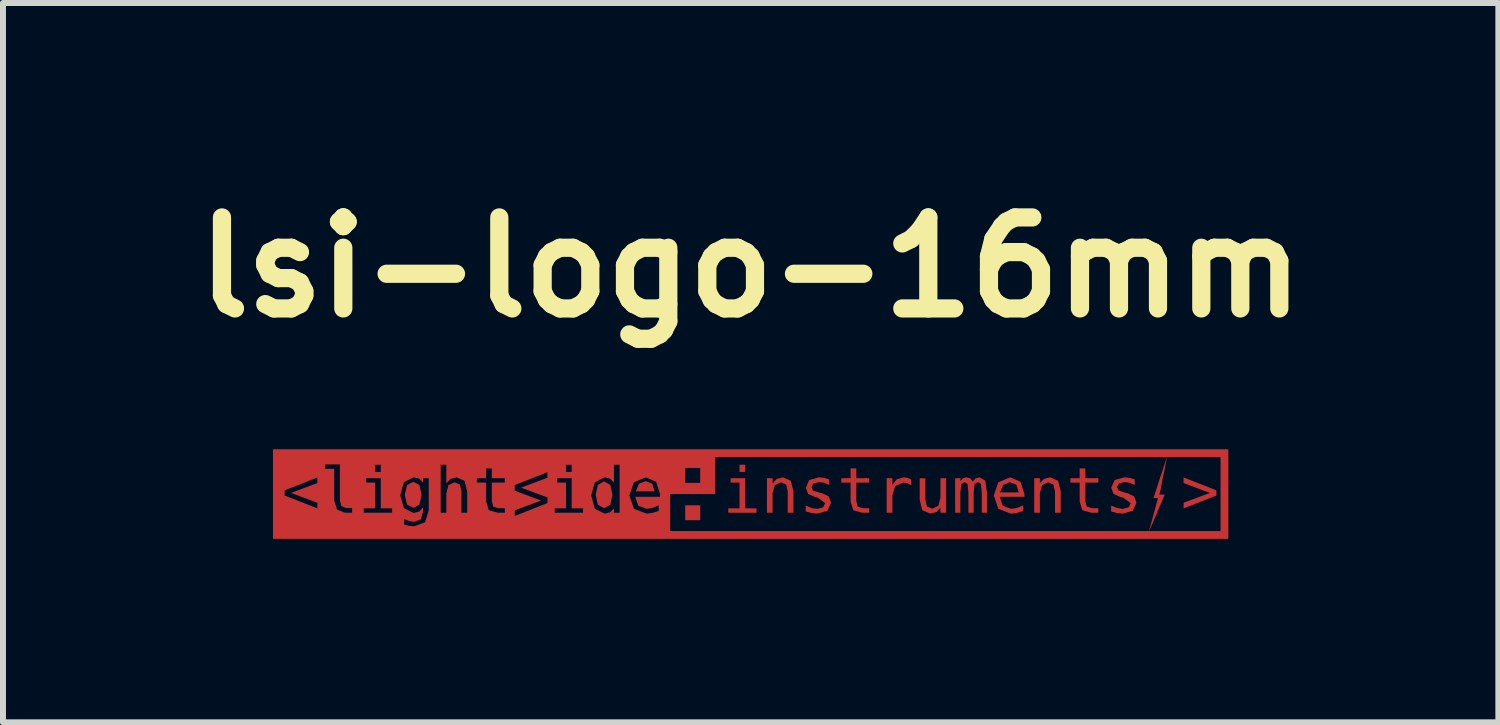
<source format=kicad_pcb>
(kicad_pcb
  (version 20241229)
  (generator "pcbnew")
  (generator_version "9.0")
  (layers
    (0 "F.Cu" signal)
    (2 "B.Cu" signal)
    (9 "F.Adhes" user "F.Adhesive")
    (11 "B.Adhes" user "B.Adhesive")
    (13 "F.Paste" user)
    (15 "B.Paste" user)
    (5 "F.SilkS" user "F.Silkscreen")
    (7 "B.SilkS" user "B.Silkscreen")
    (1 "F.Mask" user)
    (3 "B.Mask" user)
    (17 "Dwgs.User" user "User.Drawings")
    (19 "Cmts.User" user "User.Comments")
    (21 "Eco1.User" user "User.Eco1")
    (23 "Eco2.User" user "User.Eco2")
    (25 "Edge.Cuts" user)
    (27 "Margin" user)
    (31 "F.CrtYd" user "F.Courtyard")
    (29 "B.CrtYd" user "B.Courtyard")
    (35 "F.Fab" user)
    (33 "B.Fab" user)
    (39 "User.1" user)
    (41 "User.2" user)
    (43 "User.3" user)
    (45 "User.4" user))
  (footprint "lsi-logo-16mm"
    (layer "F.Cu")
    (at 9.521 5.772)
    (property "Reference" "lsi-logo-16mm" (at 0 -4.346 0) (layer "F.SilkS") (effects (font (size 1.524 1.524) (thickness 0.305))))
    (attr exclude_from_pos_files exclude_from_bom)
    (fp_poly (pts (xy -1.096 -0.36) (xy -1.096 -0.11) (xy -0.845 -0.11) (xy -0.845 -0.36) (xy -1.096 -0.36)) (stroke (width 0) (type solid)) (fill yes) (layer "F.Cu"))
    (fp_poly (pts (xy -0.186 -1.039) (xy -0.186 -0.919) (xy -0.091 -0.919) (xy -0.091 -1.039) (xy -0.186 -1.039)) (stroke (width 0) (type solid)) (fill yes) (layer "F.Cu"))
    (fp_poly (pts (xy -1.756 -0.765) (xy -1.87 -0.72) (xy -1.923 -0.594) (xy -1.609 -0.594) (xy -1.648 -0.721) (xy -1.756 -0.765) (xy -1.756 -0.765)) (stroke (width 0) (type solid)) (fill yes) (layer "F.Cu"))
    (fp_poly (pts (xy 7.251 -0.826) (xy 7.251 -0.732) (xy 7.692 -0.567) (xy 7.251 -0.403) (xy 7.251 -0.308) (xy 7.8 -0.524) (xy 7.8 -0.61) (xy 7.251 -0.826)) (stroke (width 0) (type solid)) (fill yes) (layer "F.Cu"))
    (fp_poly (pts (xy -5.648 -0.754) (xy -5.755 -0.698) (xy -5.792 -0.536) (xy -5.755 -0.373) (xy -5.647 -0.317) (xy -5.546 -0.373) (xy -5.511 -0.536) (xy -5.546 -0.698) (xy -5.648 -0.754)) (stroke (width 0) (type solid)) (fill yes) (layer "F.Cu"))
    (fp_poly (pts (xy -2.455 -0.759) (xy -2.559 -0.702) (xy -2.595 -0.535) (xy -2.559 -0.369) (xy -2.455 -0.312) (xy -2.35 -0.369) (xy -2.314 -0.535) (xy -2.35 -0.702) (xy -2.455 -0.759)) (stroke (width 0) (type solid)) (fill yes) (layer "F.Cu"))
    (fp_poly (pts (xy -0.335 -0.814) (xy -0.335 -0.74) (xy -0.186 -0.74) (xy -0.186 -0.309) (xy -0.375 -0.309) (xy -0.375 -0.235) (xy 0.099 -0.235) (xy 0.099 -0.309) (xy -0.091 -0.309) (xy -0.091 -0.814) (xy -0.335 -0.814)) (stroke (width 0) (type solid)) (fill yes) (layer "F.Cu"))
    (fp_poly (pts (xy 2.565 -0.828) (xy 2.447 -0.795) (xy 2.374 -0.701) (xy 2.374 -0.814) (xy 2.278 -0.814) (xy 2.278 -0.235) (xy 2.374 -0.235) (xy 2.374 -0.523) (xy 2.421 -0.684) (xy 2.557 -0.74) (xy 2.627 -0.729) (xy 2.689 -0.695) (xy 2.689 -0.792) (xy 2.631 -0.819) (xy 2.565 -0.828)) (stroke (width 0) (type solid)) (fill yes) (layer "F.Cu"))
    (fp_poly (pts (xy 0.541 -0.828) (xy 0.437 -0.802) (xy 0.368 -0.727) (xy 0.368 -0.814) (xy 0.273 -0.814) (xy 0.273 -0.235) (xy 0.368 -0.235) (xy 0.368 -0.562) (xy 0.404 -0.698) (xy 0.507 -0.745) (xy 0.594 -0.709) (xy 0.621 -0.594) (xy 0.621 -0.235) (xy 0.717 -0.235) (xy 0.717 -0.594) (xy 0.673 -0.77) (xy 0.541 -0.828)) (stroke (width 0) (type solid)) (fill yes) (layer "F.Cu"))
    (fp_poly (pts (xy 2.831 -0.813) (xy 2.831 -0.454) (xy 2.874 -0.278) (xy 3.007 -0.22) (xy 3.109 -0.246) (xy 3.179 -0.322) (xy 3.179 -0.235) (xy 3.275 -0.235) (xy 3.275 -0.813) (xy 3.179 -0.813) (xy 3.179 -0.486) (xy 3.143 -0.35) (xy 3.04 -0.303) (xy 2.954 -0.34) (xy 2.926 -0.454) (xy 2.926 -0.813) (xy 2.831 -0.813)) (stroke (width 0) (type solid)) (fill yes) (layer "F.Cu"))
    (fp_poly (pts (xy 5.017 -0.828) (xy 4.913 -0.802) (xy 4.844 -0.727) (xy 4.844 -0.814) (xy 4.749 -0.814) (xy 4.749 -0.235) (xy 4.844 -0.235) (xy 4.844 -0.562) (xy 4.88 -0.698) (xy 4.983 -0.745) (xy 5.07 -0.709) (xy 5.097 -0.594) (xy 5.097 -0.235) (xy 5.193 -0.235) (xy 5.193 -0.594) (xy 5.149 -0.77) (xy 5.017 -0.828)) (stroke (width 0) (type solid)) (fill yes) (layer "F.Cu"))
    (fp_poly (pts (xy 1.674 -0.978) (xy 1.674 -0.814) (xy 1.518 -0.814) (xy 1.518 -0.74) (xy 1.674 -0.74) (xy 1.674 -0.426) (xy 1.718 -0.278) (xy 1.869 -0.235) (xy 1.986 -0.235) (xy 1.986 -0.311) (xy 1.879 -0.311) (xy 1.794 -0.337) (xy 1.769 -0.426) (xy 1.769 -0.74) (xy 1.986 -0.74) (xy 1.986 -0.814) (xy 1.769 -0.814) (xy 1.769 -0.978) (xy 1.674 -0.978)) (stroke (width 0) (type solid)) (fill yes) (layer "F.Cu"))
    (fp_poly (pts (xy 5.51 -0.978) (xy 5.51 -0.814) (xy 5.355 -0.814) (xy 5.355 -0.74) (xy 5.51 -0.74) (xy 5.51 -0.426) (xy 5.554 -0.278) (xy 5.706 -0.235) (xy 5.823 -0.235) (xy 5.823 -0.311) (xy 5.715 -0.311) (xy 5.63 -0.337) (xy 5.606 -0.426) (xy 5.606 -0.74) (xy 5.823 -0.74) (xy 5.823 -0.814) (xy 5.606 -0.814) (xy 5.606 -0.978) (xy 5.51 -0.978)) (stroke (width 0) (type solid)) (fill yes) (layer "F.Cu"))
    (fp_poly (pts (xy 4.346 -0.828) (xy 4.342 -0.747) (xy 4.45 -0.704) (xy 4.49 -0.576) (xy 4.175 -0.576) (xy 4.228 -0.702) (xy 4.342 -0.747) (xy 4.342 -0.747) (xy 4.346 -0.828) (xy 4.147 -0.745) (xy 4.072 -0.524) (xy 4.148 -0.301) (xy 4.36 -0.22) (xy 4.458 -0.232) (xy 4.563 -0.265) (xy 4.563 -0.359) (xy 4.457 -0.315) (xy 4.361 -0.301) (xy 4.221 -0.353) (xy 4.172 -0.499) (xy 4.172 -0.502) (xy 4.585 -0.502) (xy 4.585 -0.548) (xy 4.521 -0.753) (xy 4.346 -0.828) (xy 4.346 -0.828)) (stroke (width 0) (type solid)) (fill yes) (layer "F.Cu"))
    (fp_poly (pts (xy 3.613 -0.828) (xy 3.555 -0.812) (xy 3.512 -0.764) (xy 3.512 -0.814) (xy 3.425 -0.814) (xy 3.425 -0.235) (xy 3.512 -0.235) (xy 3.512 -0.567) (xy 3.527 -0.716) (xy 3.579 -0.748) (xy 3.632 -0.72) (xy 3.647 -0.567) (xy 3.647 -0.235) (xy 3.735 -0.235) (xy 3.735 -0.567) (xy 3.75 -0.716) (xy 3.807 -0.748) (xy 3.857 -0.719) (xy 3.871 -0.567) (xy 3.871 -0.235) (xy 3.958 -0.235) (xy 3.958 -0.571) (xy 3.929 -0.774) (xy 3.83 -0.828) (xy 3.764 -0.81) (xy 3.72 -0.755) (xy 3.679 -0.81) (xy 3.613 -0.828)) (stroke (width 0) (type solid)) (fill yes) (layer "F.Cu"))
    (fp_poly (pts (xy 1.142 -0.828) (xy 0.98 -0.783) (xy 0.924 -0.654) (xy 0.962 -0.551) (xy 1.082 -0.497) (xy 1.118 -0.49) (xy 1.122 -0.489) (xy 1.249 -0.397) (xy 1.214 -0.325) (xy 1.116 -0.3) (xy 1.024 -0.313) (xy 0.922 -0.355) (xy 0.922 -0.257) (xy 1.024 -0.23) (xy 1.114 -0.22) (xy 1.284 -0.268) (xy 1.346 -0.403) (xy 1.309 -0.508) (xy 1.201 -0.561) (xy 1.163 -0.569) (xy 1.044 -0.606) (xy 1.02 -0.664) (xy 1.052 -0.727) (xy 1.149 -0.748) (xy 1.234 -0.737) (xy 1.316 -0.701) (xy 1.316 -0.794) (xy 1.231 -0.819) (xy 1.142 -0.828) (xy 1.142 -0.828)) (stroke (width 0) (type solid)) (fill yes) (layer "F.Cu"))
    (fp_poly (pts (xy 6.257 -0.828) (xy 6.096 -0.783) (xy 6.039 -0.654) (xy 6.077 -0.551) (xy 6.197 -0.497) (xy 6.233 -0.49) (xy 6.237 -0.489) (xy 6.365 -0.397) (xy 6.33 -0.325) (xy 6.232 -0.3) (xy 6.139 -0.313) (xy 6.037 -0.355) (xy 6.037 -0.257) (xy 6.139 -0.23) (xy 6.23 -0.22) (xy 6.4 -0.268) (xy 6.461 -0.403) (xy 6.424 -0.508) (xy 6.317 -0.561) (xy 6.278 -0.569) (xy 6.16 -0.606) (xy 6.136 -0.664) (xy 6.167 -0.727) (xy 6.264 -0.748) (xy 6.349 -0.737) (xy 6.432 -0.701) (xy 6.432 -0.794) (xy 6.347 -0.819) (xy 6.257 -0.828) (xy 6.257 -0.828)) (stroke (width 0) (type solid)) (fill yes) (layer "F.Cu"))
    (fp_poly (pts (xy 6.964 -1.143) (xy 6.929 -1.038) (xy 6.823 -0.716) (xy 6.796 -0.633) (xy 6.747 -0.485) (xy 6.746 -0.482) (xy 6.784 -0.481) (xy 6.822 -0.479) (xy 6.706 -0.053) (xy 6.685 0.026) (xy 6.671 0.076) (xy 6.672 0.077) (xy 6.686 0.046) (xy 6.716 -0.025) (xy 6.748 -0.101) (xy 6.781 -0.177) (xy 6.826 -0.283) (xy 6.871 -0.389) (xy 6.903 -0.465) (xy 6.928 -0.521) (xy 6.935 -0.539) (xy 6.891 -0.539) (xy 6.847 -0.54) (xy 6.85 -0.553) (xy 6.862 -0.615) (xy 6.881 -0.71) (xy 6.899 -0.799) (xy 6.927 -0.934) (xy 6.954 -1.068) (xy 6.969 -1.142) (xy 6.974 -1.173) (xy 6.964 -1.142) (xy 6.964 -1.143)) (stroke (width 0.000106) (type solid)) (fill yes) (layer "F.Cu"))
    (fp_poly (pts (xy -8 -1.298) (xy -0.593 -1.168) (xy 7.87 -1.168) (xy 7.87 0.072) (xy -1.347 0.072) (xy -1.347 -0.548) (xy -0.593 -0.548) (xy -0.593 -1.168) (xy -8 -1.298) (xy -7.127 -1.045) (xy -6.879 -1.045) (xy -6.879 -0.445) (xy -6.856 -0.348) (xy -6.786 -0.316) (xy -6.674 -0.316) (xy -6.674 -0.235) (xy -6.795 -0.235) (xy -6.928 -0.29) (xy -6.974 -0.445) (xy -6.974 -0.971) (xy -7.127 -0.971) (xy -7.127 -1.045) (xy -8 -1.298) (xy -6.289 -1.039) (xy -6.194 -1.039) (xy -6.194 -0.919) (xy -6.289 -0.919) (xy -6.289 -1.039) (xy -8 -1.298) (xy -5.191 -1.039) (xy -5.096 -1.039) (xy -5.096 -0.727) (xy -5.027 -0.802) (xy -4.923 -0.828) (xy -4.791 -0.77) (xy -4.747 -0.594) (xy -4.747 -0.235) (xy -4.843 -0.235) (xy -4.843 -0.594) (xy -4.87 -0.709) (xy -4.956 -0.745) (xy -5.06 -0.698) (xy -5.096 -0.562) (xy -5.096 -0.235) (xy -5.191 -0.235) (xy -5.191 -1.039) (xy -8 -1.298) (xy -3.092 -1.039) (xy -2.997 -1.039) (xy -2.997 -0.919) (xy -3.092 -0.919) (xy -3.092 -1.039) (xy -8 -1.298) (xy -2.289 -1.039) (xy -2.194 -1.039) (xy -2.194 -0.235) (xy -2.289 -0.235) (xy -2.289 -0.308) (xy -2.353 -0.243) (xy -2.444 -0.22) (xy -2.61 -0.301) (xy -2.671 -0.526) (xy -2.61 -0.747) (xy -2.444 -0.828) (xy -2.352 -0.805) (xy -2.289 -0.74) (xy -2.289 -1.039) (xy -8 -1.298) (xy -0.845 -0.985) (xy -0.845 -0.735) (xy -1.096 -0.735) (xy -1.096 -0.985) (xy -0.845 -0.985) (xy -8 -1.298) (xy -4.334 -0.978) (xy -4.334 -0.814) (xy -4.117 -0.814) (xy -4.117 -0.74) (xy -4.334 -0.74) (xy -4.334 -0.426) (xy -4.31 -0.337) (xy -4.225 -0.311) (xy -4.117 -0.311) (xy -4.117 -0.235) (xy -4.234 -0.235) (xy -4.386 -0.278) (xy -4.43 -0.426) (xy -4.43 -0.74) (xy -4.585 -0.74) (xy -4.585 -0.814) (xy -4.43 -0.814) (xy -4.43 -0.978) (xy -4.334 -0.978) (xy -8 -1.298) (xy -3.403 -0.915) (xy -3.403 -0.821) (xy -3.843 -0.656) (xy -3.795 -0.637) (xy -3.403 -0.492) (xy -3.403 -0.483) (xy -3.403 -0.397) (xy -3.951 -0.181) (xy -3.951 -0.276) (xy -3.51 -0.439) (xy -3.513 -0.44) (xy -3.951 -0.605) (xy -3.951 -0.613) (xy -3.951 -0.699) (xy -3.403 -0.915) (xy -8 -1.298) (xy -7.256 -0.826) (xy -7.256 -0.732) (xy -7.697 -0.567) (xy -7.256 -0.403) (xy -7.256 -0.308) (xy -7.804 -0.524) (xy -7.804 -0.61) (xy -7.256 -0.826) (xy -8 -1.298) (xy -8 0.202) (xy -5.634 -0.008) (xy -5.717 -0.015) (xy -5.803 -0.036) (xy -5.803 -0.13) (xy -5.711 -0.095) (xy -5.634 -0.084) (xy -5.522 -0.126) (xy -5.486 -0.259) (xy -5.486 -0.263) (xy -5.486 -0.327) (xy -5.549 -0.255) (xy -5.645 -0.231) (xy -5.807 -0.312) (xy -5.868 -0.529) (xy -5.807 -0.747) (xy -5.645 -0.828) (xy -5.55 -0.806) (xy -5.486 -0.737) (xy -5.486 -0.812) (xy -5.391 -0.812) (xy -5.391 -0.273) (xy -5.453 -0.075) (xy -5.634 -0.008) (xy -8 0.202) (xy -1.743 -0.22) (xy -1.955 -0.301) (xy -2.031 -0.524) (xy -1.956 -0.745) (xy -1.757 -0.828) (xy -1.582 -0.753) (xy -1.518 -0.548) (xy -1.518 -0.502) (xy -1.932 -0.502) (xy -1.932 -0.499) (xy -1.882 -0.353) (xy -1.742 -0.301) (xy -1.647 -0.315) (xy -1.54 -0.359) (xy -1.54 -0.265) (xy -1.646 -0.232) (xy -1.743 -0.22) (xy -8 0.202) (xy -6.004 -0.235) (xy -6.479 -0.235) (xy -6.479 -0.309) (xy -6.289 -0.309) (xy -6.289 -0.74) (xy -6.438 -0.74) (xy -6.438 -0.814) (xy -6.194 -0.814) (xy -6.194 -0.309) (xy -6.004 -0.309) (xy -6.004 -0.235) (xy -8 0.202) (xy -2.807 -0.235) (xy -3.282 -0.235) (xy -3.282 -0.309) (xy -3.092 -0.309) (xy -3.092 -0.74) (xy -3.241 -0.74) (xy -3.241 -0.814) (xy -2.997 -0.814) (xy -2.997 -0.309) (xy -2.807 -0.309) (xy -2.807 -0.235) (xy -8 0.202) (xy 8 0.202) (xy 8 -1.298) (xy -8 -1.298)) (stroke (width 0) (type solid)) (fill yes) (layer "F.Cu"))
    (fp_poly (pts (xy 8 -1.3) (xy 8 0.2) (xy -8 0.2) (xy -8 -1.3)) (stroke (width 0.15) (type solid)) (fill yes) (layer "F.Mask")))
  (gr_rect
    (start -3 -3)
    (end 22.043 9.047)
    (stroke (width 0.1) (type default))
    (fill no)
    (layer "Edge.Cuts")))
</source>
